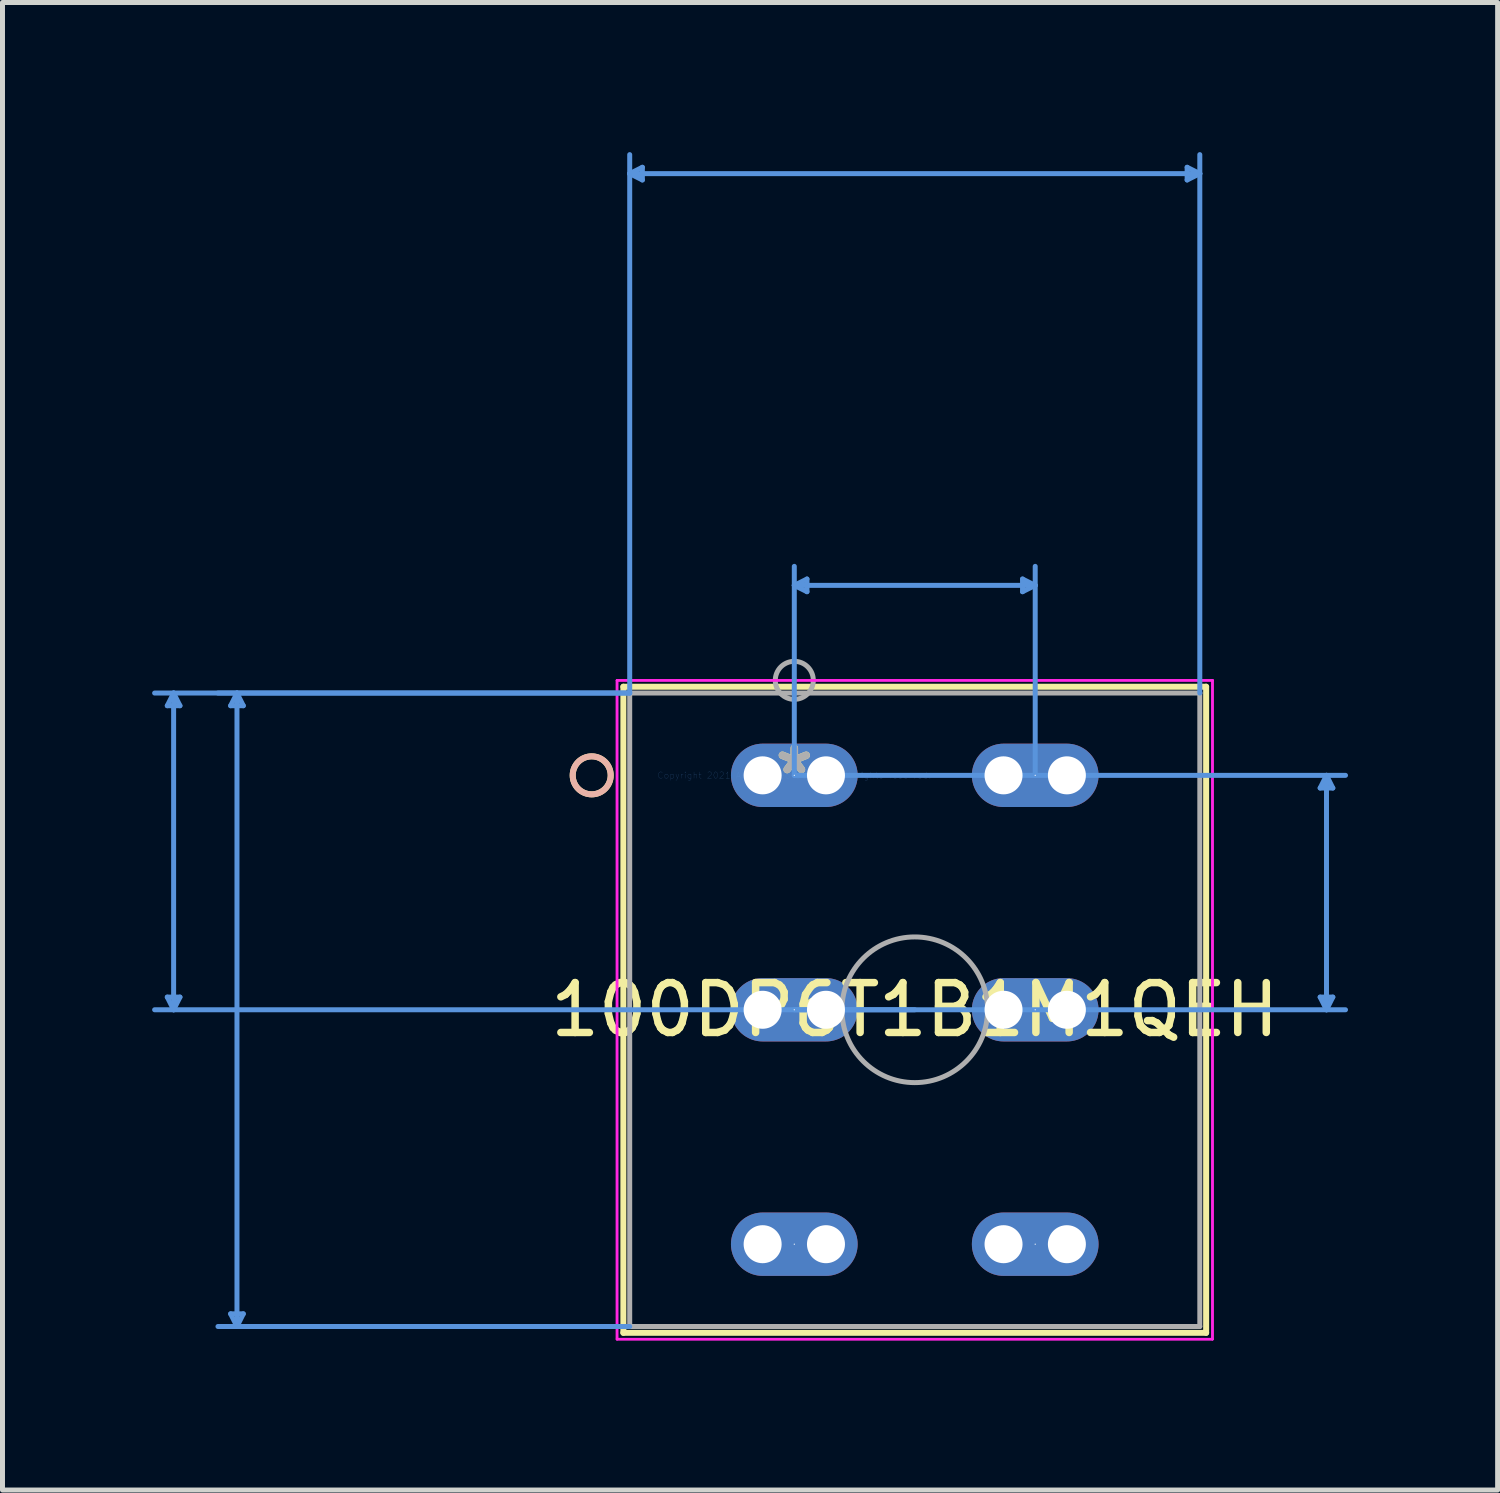
<source format=kicad_pcb>
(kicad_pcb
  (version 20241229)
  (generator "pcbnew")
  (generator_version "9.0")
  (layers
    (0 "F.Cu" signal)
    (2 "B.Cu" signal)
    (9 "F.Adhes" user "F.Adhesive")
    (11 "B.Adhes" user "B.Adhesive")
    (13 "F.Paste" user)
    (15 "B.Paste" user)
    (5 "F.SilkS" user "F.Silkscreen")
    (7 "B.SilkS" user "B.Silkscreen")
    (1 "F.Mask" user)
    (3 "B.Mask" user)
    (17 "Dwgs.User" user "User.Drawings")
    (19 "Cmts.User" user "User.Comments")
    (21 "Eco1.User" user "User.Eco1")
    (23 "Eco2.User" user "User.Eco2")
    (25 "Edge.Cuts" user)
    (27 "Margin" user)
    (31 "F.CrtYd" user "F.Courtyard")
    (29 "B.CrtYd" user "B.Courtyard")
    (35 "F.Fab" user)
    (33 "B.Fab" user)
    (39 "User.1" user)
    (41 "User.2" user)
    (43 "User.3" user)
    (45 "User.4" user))
  (footprint "100DP6T1B1M1QEH"
    (layer "F.Cu")
    (at 12.875 12.495)
    (property "Reference" "100DP6T1B1M1QEH" (at 2.415 4.7 0) (layer "F.SilkS") (effects (font (size 1 1) (thickness 0.15))))
    (attr through_hole)
    (fp_line (start -3.427 -1.777) (end -3.427 11.177) (stroke (width 0.12) (type solid)) (layer "F.SilkS"))
    (fp_line (start -3.427 11.177) (end 8.257 11.177) (stroke (width 0.12) (type solid)) (layer "F.SilkS"))
    (fp_line (start 8.257 -1.777) (end -3.427 -1.777) (stroke (width 0.12) (type solid)) (layer "F.SilkS"))
    (fp_line (start 8.257 11.177) (end 8.257 -1.777) (stroke (width 0.12) (type solid)) (layer "F.SilkS"))
    (fp_circle (center -4.062 0) (end -3.681 0) (stroke (width 0.12) (type solid)) (fill no) (layer "F.SilkS"))
    (fp_circle (center -4.062 0) (end -3.681 0) (stroke (width 0.12) (type solid)) (fill no) (layer "B.SilkS"))
    (fp_line (start -12.571 -1.396) (end -12.317 -1.396) (stroke (width 0.1) (type solid)) (layer "Cmts.User"))
    (fp_line (start -12.571 4.446) (end -12.317 4.446) (stroke (width 0.1) (type solid)) (layer "Cmts.User"))
    (fp_line (start -12.444 -1.65) (end -12.571 -1.396) (stroke (width 0.1) (type solid)) (layer "Cmts.User"))
    (fp_line (start -12.444 -1.65) (end -12.444 4.7) (stroke (width 0.1) (type solid)) (layer "Cmts.User"))
    (fp_line (start -12.444 -1.65) (end -12.317 -1.396) (stroke (width 0.1) (type solid)) (layer "Cmts.User"))
    (fp_line (start -12.444 4.7) (end -12.571 4.446) (stroke (width 0.1) (type solid)) (layer "Cmts.User"))
    (fp_line (start -12.444 4.7) (end -12.317 4.446) (stroke (width 0.1) (type solid)) (layer "Cmts.User"))
    (fp_line (start -11.301 -1.396) (end -11.047 -1.396) (stroke (width 0.1) (type solid)) (layer "Cmts.User"))
    (fp_line (start -11.301 10.796) (end -11.047 10.796) (stroke (width 0.1) (type solid)) (layer "Cmts.User"))
    (fp_line (start -11.174 -1.65) (end -11.301 -1.396) (stroke (width 0.1) (type solid)) (layer "Cmts.User"))
    (fp_line (start -11.174 -1.65) (end -11.174 11.05) (stroke (width 0.1) (type solid)) (layer "Cmts.User"))
    (fp_line (start -11.174 -1.65) (end -11.047 -1.396) (stroke (width 0.1) (type solid)) (layer "Cmts.User"))
    (fp_line (start -11.174 11.05) (end -11.301 10.796) (stroke (width 0.1) (type solid)) (layer "Cmts.User"))
    (fp_line (start -11.174 11.05) (end -11.047 10.796) (stroke (width 0.1) (type solid)) (layer "Cmts.User"))
    (fp_line (start -3.3 -12.064) (end -3.046 -12.191) (stroke (width 0.1) (type solid)) (layer "Cmts.User"))
    (fp_line (start -3.3 -12.064) (end -3.046 -11.937) (stroke (width 0.1) (type solid)) (layer "Cmts.User"))
    (fp_line (start -3.3 -12.064) (end 8.13 -12.064) (stroke (width 0.1) (type solid)) (layer "Cmts.User"))
    (fp_line (start -3.3 -1.65) (end -12.825 -1.65) (stroke (width 0.1) (type solid)) (layer "Cmts.User"))
    (fp_line (start -3.3 -1.65) (end -11.555 -1.65) (stroke (width 0.1) (type solid)) (layer "Cmts.User"))
    (fp_line (start -3.3 -1.65) (end -3.3 -12.445) (stroke (width 0.1) (type solid)) (layer "Cmts.User"))
    (fp_line (start -3.3 11.05) (end -11.555 11.05) (stroke (width 0.1) (type solid)) (layer "Cmts.User"))
    (fp_line (start -3.046 -12.191) (end -3.046 -11.937) (stroke (width 0.1) (type solid)) (layer "Cmts.User"))
    (fp_line (start 0 -3.809) (end 0.254 -3.936) (stroke (width 0.1) (type solid)) (layer "Cmts.User"))
    (fp_line (start 0 -3.809) (end 0.254 -3.682) (stroke (width 0.1) (type solid)) (layer "Cmts.User"))
    (fp_line (start 0 -3.809) (end 4.83 -3.809) (stroke (width 0.1) (type solid)) (layer "Cmts.User"))
    (fp_line (start 0 0) (end 0 -4.19) (stroke (width 0.1) (type solid)) (layer "Cmts.User"))
    (fp_line (start 0 0) (end 11.051 0) (stroke (width 0.1) (type solid)) (layer "Cmts.User"))
    (fp_line (start 0 4.7) (end 11.051 4.7) (stroke (width 0.1) (type solid)) (layer "Cmts.User"))
    (fp_line (start 0.254 -3.936) (end 0.254 -3.682) (stroke (width 0.1) (type solid)) (layer "Cmts.User"))
    (fp_line (start 2.415 4.7) (end -12.825 4.7) (stroke (width 0.1) (type solid)) (layer "Cmts.User"))
    (fp_line (start 4.576 -3.936) (end 4.576 -3.682) (stroke (width 0.1) (type solid)) (layer "Cmts.User"))
    (fp_line (start 4.83 -3.809) (end 4.576 -3.936) (stroke (width 0.1) (type solid)) (layer "Cmts.User"))
    (fp_line (start 4.83 -3.809) (end 4.576 -3.682) (stroke (width 0.1) (type solid)) (layer "Cmts.User"))
    (fp_line (start 4.83 0) (end 4.83 -4.19) (stroke (width 0.1) (type solid)) (layer "Cmts.User"))
    (fp_line (start 7.876 -12.191) (end 7.876 -11.937) (stroke (width 0.1) (type solid)) (layer "Cmts.User"))
    (fp_line (start 8.13 -12.064) (end 7.876 -12.191) (stroke (width 0.1) (type solid)) (layer "Cmts.User"))
    (fp_line (start 8.13 -12.064) (end 7.876 -11.937) (stroke (width 0.1) (type solid)) (layer "Cmts.User"))
    (fp_line (start 8.13 -1.65) (end 8.13 -12.445) (stroke (width 0.1) (type solid)) (layer "Cmts.User"))
    (fp_line (start 10.543 0.254) (end 10.797 0.254) (stroke (width 0.1) (type solid)) (layer "Cmts.User"))
    (fp_line (start 10.543 4.446) (end 10.797 4.446) (stroke (width 0.1) (type solid)) (layer "Cmts.User"))
    (fp_line (start 10.67 0) (end 10.543 0.254) (stroke (width 0.1) (type solid)) (layer "Cmts.User"))
    (fp_line (start 10.67 0) (end 10.67 4.7) (stroke (width 0.1) (type solid)) (layer "Cmts.User"))
    (fp_line (start 10.67 0) (end 10.797 0.254) (stroke (width 0.1) (type solid)) (layer "Cmts.User"))
    (fp_line (start 10.67 4.7) (end 10.543 4.446) (stroke (width 0.1) (type solid)) (layer "Cmts.User"))
    (fp_line (start 10.67 4.7) (end 10.797 4.446) (stroke (width 0.1) (type solid)) (layer "Cmts.User"))
    (fp_line (start -3.554 -1.904) (end -3.554 11.304) (stroke (width 0.05) (type solid)) (layer "F.CrtYd"))
    (fp_line (start -3.554 -1.904) (end -3.554 11.304) (stroke (width 0.05) (type solid)) (layer "F.CrtYd"))
    (fp_line (start -3.554 11.304) (end 8.384 11.304) (stroke (width 0.05) (type solid)) (layer "F.CrtYd"))
    (fp_line (start -3.554 11.304) (end 8.384 11.304) (stroke (width 0.05) (type solid)) (layer "F.CrtYd"))
    (fp_line (start 8.384 -1.904) (end -3.554 -1.904) (stroke (width 0.05) (type solid)) (layer "F.CrtYd"))
    (fp_line (start 8.384 -1.904) (end -3.554 -1.904) (stroke (width 0.05) (type solid)) (layer "F.CrtYd"))
    (fp_line (start 8.384 11.304) (end 8.384 -1.904) (stroke (width 0.05) (type solid)) (layer "F.CrtYd"))
    (fp_line (start 8.384 11.304) (end 8.384 -1.904) (stroke (width 0.05) (type solid)) (layer "F.CrtYd"))
    (fp_line (start -3.3 -1.65) (end -3.3 11.05) (stroke (width 0.1) (type solid)) (layer "F.Fab"))
    (fp_line (start -3.3 11.05) (end 8.13 11.05) (stroke (width 0.1) (type solid)) (layer "F.Fab"))
    (fp_line (start 8.13 -1.65) (end -3.3 -1.65) (stroke (width 0.1) (type solid)) (layer "F.Fab"))
    (fp_line (start 8.13 11.05) (end 8.13 -1.65) (stroke (width 0.1) (type solid)) (layer "F.Fab"))
    (fp_arc (start 0.9545 4.700001) (mid 3.8755 4.700001) (end 0.9545 4.700001) (stroke (width 0.1) (type solid)) (layer "F.Fab"))
    (fp_circle (center 0 -1.905) (end 0.381 -1.905) (stroke (width 0.1) (type solid)) (fill no) (layer "F.Fab"))
    (fp_text user "*" (at 0 0 0) (layer "F.SilkS") (effects (font (size 1 1) (thickness 0.15))))
    (fp_text user "Copyright 2021 Accelerated Designs. All rights reserved." (at 0 0 0) (layer "Cmts.User") (effects (font (size 0.127 0.127) (thickness 0.002))))
    (fp_text user "*" (at 0 0 0) (layer "F.Fab") (effects (font (size 1 1) (thickness 0.15))))
    (pad "" np_thru_hole circle (at -0.635 0) (size 0.762 0.762) (drill 0.762) (layers "*.Cu" "*.Mask"))
    (pad "" np_thru_hole circle (at -0.635 4.7) (size 0.762 0.762) (drill 0.762) (layers "*.Cu" "*.Mask"))
    (pad "" np_thru_hole circle (at -0.635 9.4) (size 0.762 0.762) (drill 0.762) (layers "*.Cu" "*.Mask"))
    (pad "" np_thru_hole circle (at 0.635 0) (size 0.762 0.762) (drill 0.762) (layers "*.Cu" "*.Mask"))
    (pad "" np_thru_hole circle (at 0.635 4.7) (size 0.762 0.762) (drill 0.762) (layers "*.Cu" "*.Mask"))
    (pad "" np_thru_hole circle (at 0.635 9.4) (size 0.762 0.762) (drill 0.762) (layers "*.Cu" "*.Mask"))
    (pad "" np_thru_hole circle (at 4.195 0) (size 0.762 0.762) (drill 0.762) (layers "*.Cu" "*.Mask"))
    (pad "" np_thru_hole circle (at 4.195 4.7) (size 0.762 0.762) (drill 0.762) (layers "*.Cu" "*.Mask"))
    (pad "" np_thru_hole circle (at 4.195 9.4) (size 0.762 0.762) (drill 0.762) (layers "*.Cu" "*.Mask"))
    (pad "" np_thru_hole circle (at 5.465 0) (size 0.762 0.762) (drill 0.762) (layers "*.Cu" "*.Mask"))
    (pad "" np_thru_hole circle (at 5.465 4.7) (size 0.762 0.762) (drill 0.762) (layers "*.Cu" "*.Mask"))
    (pad "" np_thru_hole circle (at 5.465 9.4) (size 0.762 0.762) (drill 0.762) (layers "*.Cu" "*.Mask"))
    (pad "1" thru_hole oval (at -0.000001 0) (size 2.54 1.27) (drill 0.025) (layers "*.Cu" "*.Mask"))
    (pad "2" thru_hole oval (at -0.000001 4.7) (size 2.54 1.27) (drill 0.025) (layers "*.Cu" "*.Mask"))
    (pad "3" thru_hole oval (at -0.000001 9.4) (size 2.54 1.27) (drill 0.025) (layers "*.Cu" "*.Mask"))
    (pad "4" thru_hole oval (at 4.83 0) (size 2.54 1.27) (drill 0.025) (layers "*.Cu" "*.Mask"))
    (pad "5" thru_hole oval (at 4.83 4.7) (size 2.54 1.27) (drill 0.025) (layers "*.Cu" "*.Mask"))
    (pad "6" thru_hole oval (at 4.83 9.4) (size 2.54 1.27) (drill 0.025) (layers "*.Cu" "*.Mask")))
  (gr_rect
    (start -3 -3)
    (end 26.976 26.824)
    (stroke (width 0.1) (type default))
    (fill no)
    (layer "Edge.Cuts")))
</source>
